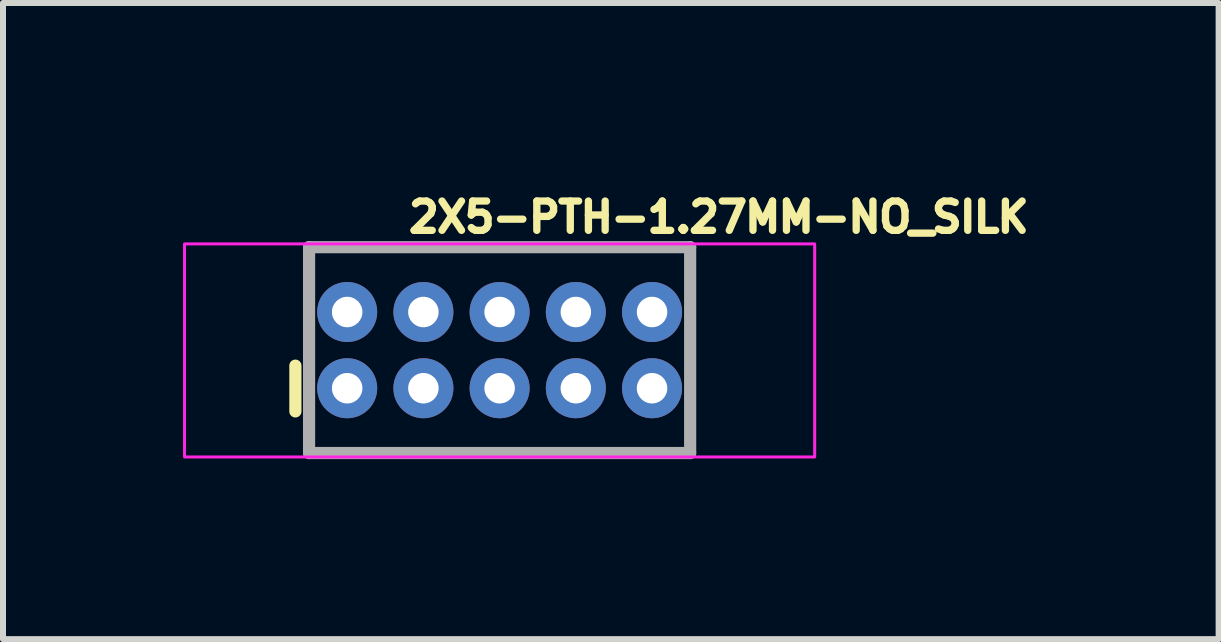
<source format=kicad_pcb>
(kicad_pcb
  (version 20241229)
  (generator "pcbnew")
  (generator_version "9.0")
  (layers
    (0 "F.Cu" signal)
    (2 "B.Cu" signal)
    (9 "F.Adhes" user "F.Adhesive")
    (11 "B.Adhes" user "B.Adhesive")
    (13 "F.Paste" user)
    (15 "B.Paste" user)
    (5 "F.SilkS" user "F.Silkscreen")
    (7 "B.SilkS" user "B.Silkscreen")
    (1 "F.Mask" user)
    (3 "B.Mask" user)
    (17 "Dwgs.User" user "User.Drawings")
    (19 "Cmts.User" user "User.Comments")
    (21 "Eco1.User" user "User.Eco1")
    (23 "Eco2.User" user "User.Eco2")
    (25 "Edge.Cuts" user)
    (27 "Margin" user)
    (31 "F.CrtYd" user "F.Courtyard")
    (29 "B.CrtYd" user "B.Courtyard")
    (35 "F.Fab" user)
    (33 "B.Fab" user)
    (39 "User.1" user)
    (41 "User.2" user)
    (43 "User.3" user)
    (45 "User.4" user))
  (footprint "2X5-PTH-1.27MM-NO_SILK"
    (layer "F.Cu")
    (at 5.275 2.784)
    (property "Reference" "2X5-PTH-1.27MM-NO_SILK" (at -1.575 -1.93 0) (layer "F.SilkS") (effects (font (size 0.488 0.488) (thickness 0.122)) (justify left bottom)))
    (fp_line (start -3.403 1.021) (end -3.403 0.259) (stroke (width 0.203) (type solid)) (layer "F.SilkS"))
    (fp_rect (start -5.25 -1.77) (end 5.25 1.78) (stroke (width 0.05) (type default)) (fill no) (layer "F.CrtYd"))
    (fp_line (start -3.175 -1.715) (end -3.175 1.715) (stroke (width 0.203) (type solid)) (layer "F.Fab"))
    (fp_line (start -3.175 1.715) (end 3.175 1.715) (stroke (width 0.203) (type solid)) (layer "F.Fab"))
    (fp_line (start 3.175 -1.715) (end -3.175 -1.715) (stroke (width 0.203) (type solid)) (layer "F.Fab"))
    (fp_line (start 3.175 1.715) (end 3.175 -1.715) (stroke (width 0.203) (type solid)) (layer "F.Fab"))
    (pad "1" thru_hole circle (at -2.54 0.635) (size 1 1) (drill 0.508) (layers "*.Cu" "*.Mask"))
    (pad "2" thru_hole circle (at -2.54 -0.635) (size 1 1) (drill 0.508) (layers "*.Cu" "*.Mask"))
    (pad "3" thru_hole circle (at -1.27 0.635) (size 1 1) (drill 0.508) (layers "*.Cu" "*.Mask"))
    (pad "4" thru_hole circle (at -1.27 -0.635) (size 1 1) (drill 0.508) (layers "*.Cu" "*.Mask"))
    (pad "5" thru_hole circle (at 0 0.635) (size 1 1) (drill 0.508) (layers "*.Cu" "*.Mask"))
    (pad "6" thru_hole circle (at 0 -0.635) (size 1 1) (drill 0.508) (layers "*.Cu" "*.Mask"))
    (pad "7" thru_hole circle (at 1.27 0.635) (size 1 1) (drill 0.508) (layers "*.Cu" "*.Mask"))
    (pad "8" thru_hole circle (at 1.27 -0.635) (size 1 1) (drill 0.508) (layers "*.Cu" "*.Mask"))
    (pad "9" thru_hole circle (at 2.54 0.635) (size 1 1) (drill 0.508) (layers "*.Cu" "*.Mask"))
    (pad "10" thru_hole circle (at 2.54 -0.635) (size 1 1) (drill 0.508) (layers "*.Cu" "*.Mask")))
  (gr_rect
    (start -3 -3)
    (end 17.256 7.6)
    (stroke (width 0.1) (type default))
    (fill no)
    (layer "Edge.Cuts")))
</source>
